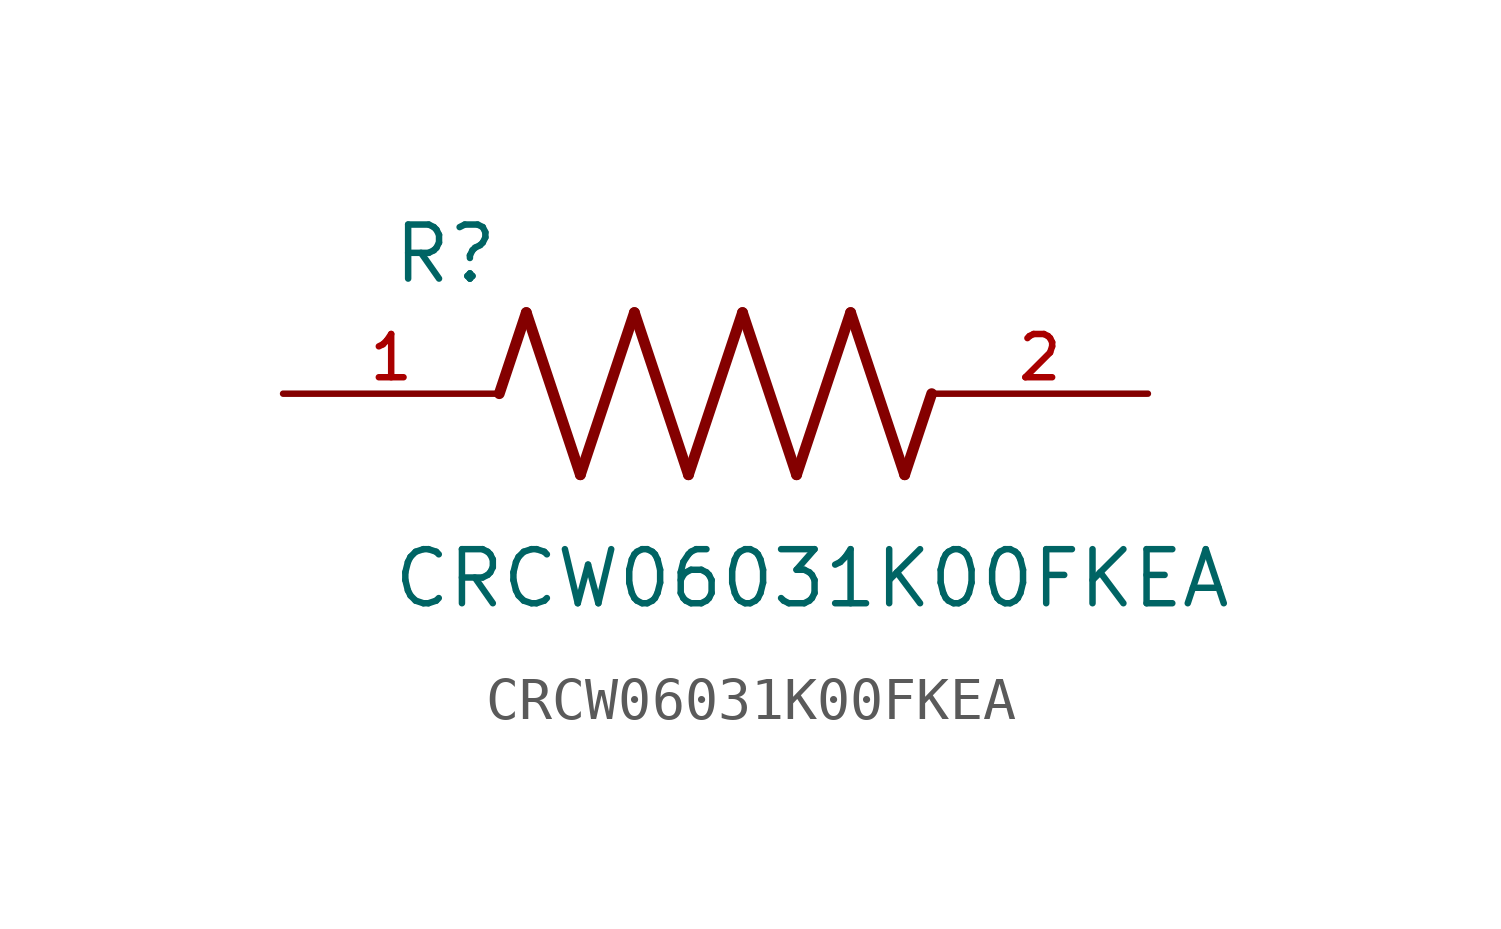
<source format=kicad_sym>
(kicad_symbol_lib
  (version 20211014)
  (generator kicad_symbol_editor)
  (symbol "CRCW06031K00FKEA"
    (pin_names
      (offset 1.016))
    (property "Reference" "R"
      (at -7.624 2.541 0)
      (effects (font (size 1.27 1.27)) (justify bottom left)))
    (property "Value" "CRCW06031K00FKEA"
      (at -7.63 -5.087 0)
      (effects (font (size 1.27 1.27)) (justify bottom left)))
    (symbol "CRCW06031K00FKEA_0_0"
      (polyline (pts (xy -5.08 0.0) (xy -4.445 1.905)) (stroke (width 0.254)))
      (polyline (pts (xy -4.445 1.905) (xy -3.175 -1.905)) (stroke (width 0.254)))
      (polyline (pts (xy -3.175 -1.905) (xy -1.905 1.905)) (stroke (width 0.254)))
      (polyline (pts (xy -1.905 1.905) (xy -0.635 -1.905)) (stroke (width 0.254)))
      (polyline (pts (xy -0.635 -1.905) (xy 0.635 1.905)) (stroke (width 0.254)))
      (polyline (pts (xy 0.635 1.905) (xy 1.905 -1.905)) (stroke (width 0.254)))
      (polyline (pts (xy 1.905 -1.905) (xy 3.175 1.905)) (stroke (width 0.254)))
      (polyline (pts (xy 3.175 1.905) (xy 4.445 -1.905)) (stroke (width 0.254)))
      (polyline (pts (xy 4.445 -1.905) (xy 5.08 0.0)) (stroke (width 0.254)))
      (pin passive line (at -10.16 0.0 0) (length 5.08) (name "~" (effects (font (size 1.016 1.016)))) (number "1" (effects (font (size 1.016 1.016)))))
      (pin passive line (at 10.16 0.0 180.0) (length 5.08) (name "~" (effects (font (size 1.016 1.016)))) (number "2" (effects (font (size 1.016 1.016))))))))
</source>
